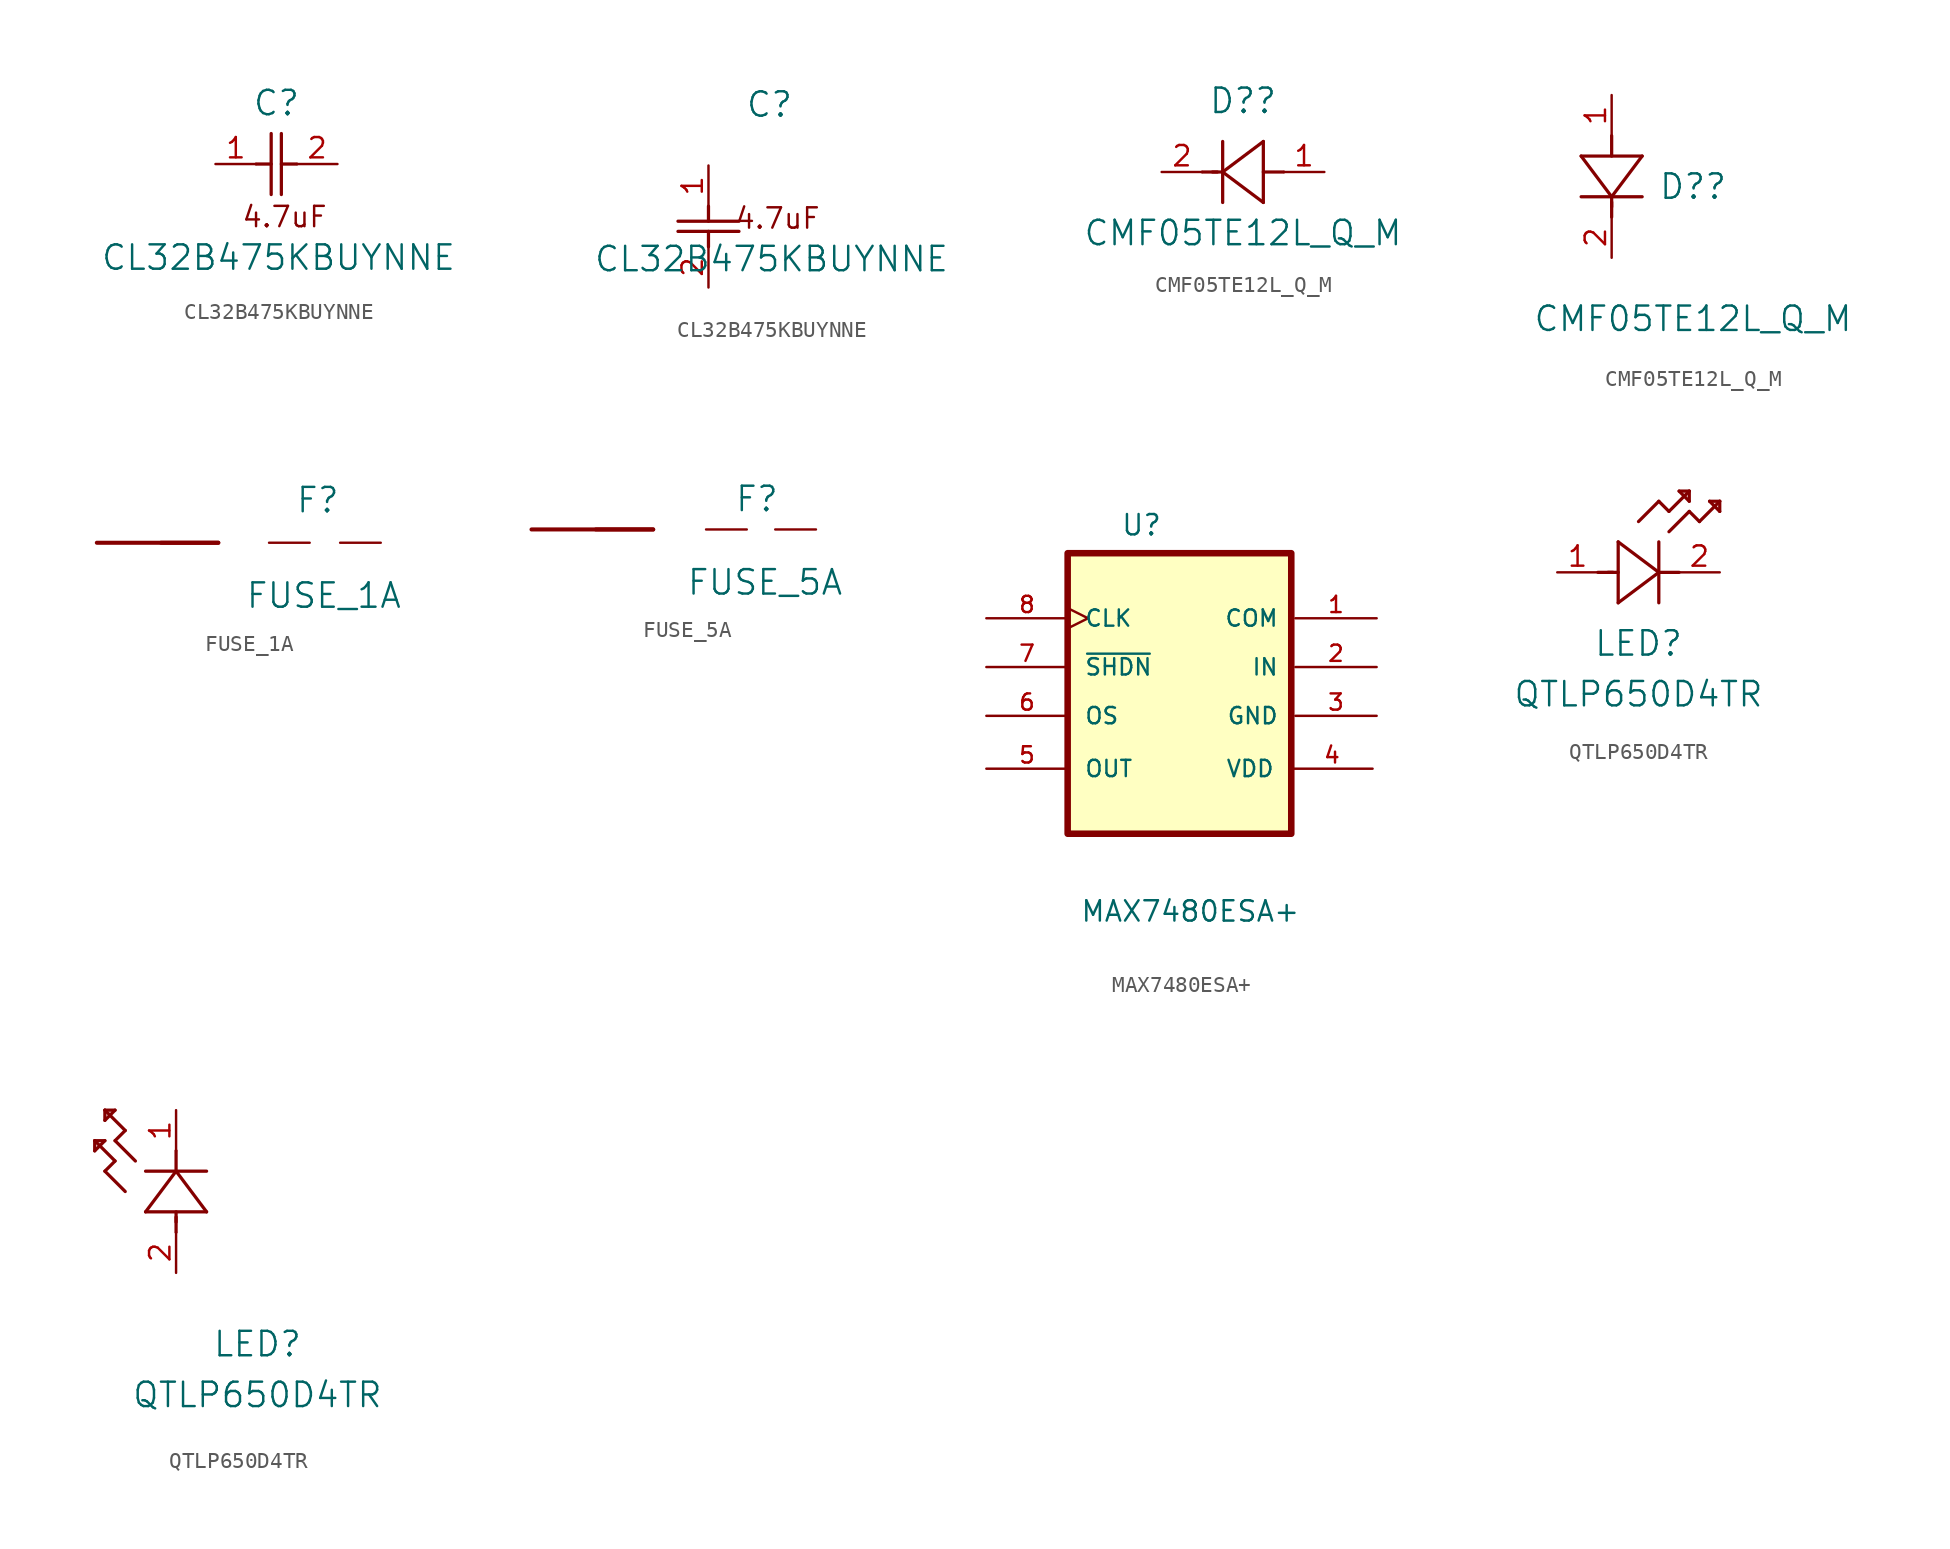
<source format=kicad_sym>
(kicad_symbol_lib
  (version 20211014)
  (generator kicad_symbol_editor)
  (symbol "CL32B475KBUYNNE"
    (pin_names
      (offset 0.254))
    (property "Reference" "C"
      (at 3.81 3.81 0)
      (effects (font (size 1.524 1.524))))
    (property "Value" "CL32B475KBUYNNE"
      (at 3.937 -5.842 0)
      (effects (font (size 1.524 1.524))))
    (symbol "CL32B475KBUYNNE_0_0"
      (text "4.7uF" (at 4.318 -3.302 0) (effects (font (size 1.27 1.27)))))
    (symbol "CL32B475KBUYNNE_1_1"
      (polyline (pts (xy 2.54 0) (xy 3.48 0)) (stroke (width 0.203) (type default) (color 0 0 0 0)) (fill (type none)))
      (polyline (pts (xy 3.48 -1.905) (xy 3.48 1.905)) (stroke (width 0.203) (type default) (color 0 0 0 0)) (fill (type none)))
      (polyline (pts (xy 4.115 -1.905) (xy 4.115 1.905)) (stroke (width 0.203) (type default) (color 0 0 0 0)) (fill (type none)))
      (polyline (pts (xy 4.115 0) (xy 5.08 0)) (stroke (width 0.203) (type default) (color 0 0 0 0)) (fill (type none)))
      (pin unspecified line (at 0 0 0) (length 2.54) (name "" (effects (font (size 1.27 1.27)))) (number "1" (effects (font (size 1.27 1.27)))))
      (pin unspecified line (at 7.62 0 180) (length 2.54) (name "" (effects (font (size 1.27 1.27)))) (number "2" (effects (font (size 1.27 1.27))))))
    (symbol "CL32B475KBUYNNE_1_2"
      (polyline (pts (xy -1.905 -4.115) (xy 1.905 -4.115)) (stroke (width 0.203) (type default) (color 0 0 0 0)) (fill (type none)))
      (polyline (pts (xy -1.905 -3.48) (xy 1.905 -3.48)) (stroke (width 0.203) (type default) (color 0 0 0 0)) (fill (type none)))
      (polyline (pts (xy 0 -4.115) (xy 0 -5.08)) (stroke (width 0.203) (type default) (color 0 0 0 0)) (fill (type none)))
      (polyline (pts (xy 0 -2.54) (xy 0 -3.48)) (stroke (width 0.203) (type default) (color 0 0 0 0)) (fill (type none)))
      (pin unspecified line (at 0 0 270) (length 2.54) (name "" (effects (font (size 1.27 1.27)))) (number "1" (effects (font (size 1.27 1.27)))))
      (pin unspecified line (at 0 -7.62 90) (length 2.54) (name "" (effects (font (size 1.27 1.27)))) (number "2" (effects (font (size 1.27 1.27)))))))
  (symbol "CMF05TE12L_Q_M"
    (pin_names
      (offset 0.254))
    (property "Reference" "D?"
      (at 5.08 4.445 0)
      (effects (font (size 1.524 1.524))))
    (property "Value" "CMF05TE12L_Q_M"
      (at 5.08 -3.81 0)
      (effects (font (size 1.524 1.524))))
    (symbol "CMF05TE12L_Q_M_1_1"
      (polyline (pts (xy 2.54 0) (xy 3.48 0)) (stroke (width 0.203) (type default) (color 0 0 0 0)) (fill (type none)))
      (polyline (pts (xy 3.175 0) (xy 3.81 0)) (stroke (width 0.203) (type default) (color 0 0 0 0)) (fill (type none)))
      (polyline (pts (xy 3.81 0) (xy 6.35 -1.905)) (stroke (width 0.203) (type default) (color 0 0 0 0)) (fill (type none)))
      (polyline (pts (xy 3.81 1.905) (xy 3.81 -1.905)) (stroke (width 0.203) (type default) (color 0 0 0 0)) (fill (type none)))
      (polyline (pts (xy 6.35 -1.905) (xy 6.35 1.905)) (stroke (width 0.203) (type default) (color 0 0 0 0)) (fill (type none)))
      (polyline (pts (xy 6.35 0) (xy 7.62 0)) (stroke (width 0.203) (type default) (color 0 0 0 0)) (fill (type none)))
      (polyline (pts (xy 6.35 1.905) (xy 3.81 0)) (stroke (width 0.203) (type default) (color 0 0 0 0)) (fill (type none)))
      (pin unspecified line (at 10.16 0 180) (length 2.54) (name "" (effects (font (size 1.27 1.27)))) (number "1" (effects (font (size 1.27 1.27)))))
      (pin unspecified line (at 0 0 0) (length 2.54) (name "" (effects (font (size 1.27 1.27)))) (number "2" (effects (font (size 1.27 1.27))))))
    (symbol "CMF05TE12L_Q_M_1_2"
      (polyline (pts (xy -1.905 3.81) (xy 1.905 3.81)) (stroke (width 0.203) (type default) (color 0 0 0 0)) (fill (type none)))
      (polyline (pts (xy -1.905 6.35) (xy 0 3.81)) (stroke (width 0.203) (type default) (color 0 0 0 0)) (fill (type none)))
      (polyline (pts (xy 0 2.54) (xy 0 3.48)) (stroke (width 0.203) (type default) (color 0 0 0 0)) (fill (type none)))
      (polyline (pts (xy 0 3.175) (xy 0 3.81)) (stroke (width 0.203) (type default) (color 0 0 0 0)) (fill (type none)))
      (polyline (pts (xy 0 6.35) (xy 0 7.62)) (stroke (width 0.203) (type default) (color 0 0 0 0)) (fill (type none)))
      (polyline (pts (xy 1.905 6.35) (xy -1.905 6.35)) (stroke (width 0.203) (type default) (color 0 0 0 0)) (fill (type none)))
      (polyline (pts (xy 1.905 6.35) (xy 0 3.81)) (stroke (width 0.203) (type default) (color 0 0 0 0)) (fill (type none)))
      (pin unspecified line (at 0 10.16 270) (length 2.54) (name "" (effects (font (size 1.27 1.27)))) (number "1" (effects (font (size 1.27 1.27)))))
      (pin unspecified line (at 0 0 90) (length 2.54) (name "" (effects (font (size 1.27 1.27)))) (number "2" (effects (font (size 1.27 1.27)))))))
  (symbol "FUSE_1A"
    (pin_numbers hide)
    (pin_names hide)
    (property "Reference" "F"
      (at 6.223 2.667 0)
      (effects (font (size 1.524 1.524))))
    (property "Value" "FUSE_1A"
      (at 6.604 -3.302 0)
      (effects (font (size 1.524 1.524))))
    (property "Datasheet" ""
      (at 0 0 0)
      (effects (font (size 1.524 1.524))))
    (symbol "FUSE_1A_1_1"
      (arc (start -7.5946 0) (mid -3.7973 -0.0003) (end 0 0) (stroke (width 0.254) (type default) (color 0 0 0 0)) (fill (type none)))
      (arc (start -3.5814 0) (mid -1.7907 -0.0001) (end 0 0) (stroke (width 0.254) (type default) (color 0 0 0 0)) (fill (type none)))
      (pin unspecified line (at 3.175 0 0) (length 2.54) (name "1" (effects (font (size 1.499 1.499)))) (number "1" (effects (font (size 1.499 1.499)))))
      (pin unspecified line (at 10.16 0 180) (length 2.54) (name "2" (effects (font (size 1.499 1.499)))) (number "2" (effects (font (size 1.499 1.499)))))))
  (symbol "FUSE_5A"
    (pin_numbers hide)
    (pin_names hide)
    (property "Reference" "F"
      (at 6.477 1.905 0)
      (effects (font (size 1.524 1.524))))
    (property "Value" "FUSE_5A"
      (at 6.985 -3.302 0)
      (effects (font (size 1.524 1.524))))
    (property "Datasheet" ""
      (at 0 0 0)
      (effects (font (size 1.524 1.524))))
    (symbol "FUSE_5A_1_1"
      (arc (start -7.5946 0) (mid -3.7973 -0.0003) (end 0 0) (stroke (width 0.254) (type default) (color 0 0 0 0)) (fill (type none)))
      (arc (start -3.5814 0) (mid -1.7907 -0.0001) (end 0 0) (stroke (width 0.254) (type default) (color 0 0 0 0)) (fill (type none)))
      (pin unspecified line (at 3.302 0 0) (length 2.54) (name "1" (effects (font (size 1.499 1.499)))) (number "1" (effects (font (size 1.499 1.499)))))
      (pin unspecified line (at 10.16 0 180) (length 2.54) (name "2" (effects (font (size 1.499 1.499)))) (number "2" (effects (font (size 1.499 1.499)))))))
  (symbol "MAX7480ESA+"
    (pin_names
      (offset 1.016))
    (property "Reference" "U"
      (at -9.398 16.256 0)
      (effects (font (size 1.27 1.27)) (justify left bottom)))
    (property "Value" "MAX7480ESA+"
      (at -11.938 -7.874 0)
      (effects (font (size 1.27 1.27)) (justify left bottom)))
    (symbol "MAX7480ESA+_0_0"
      (rectangle (start -12.7 15.24) (end 1.27 -2.286) (stroke (width 0.41) (type default) (color 0 0 0 0)) (fill (type background)))
      (pin input line (at 6.604 11.176 180) (length 5.08) (name "COM" (effects (font (size 1.016 1.016)))) (number "1" (effects (font (size 1.016 1.016)))))
      (pin input line (at 6.604 8.128 180) (length 5.08) (name "IN" (effects (font (size 1.016 1.016)))) (number "2" (effects (font (size 1.016 1.016)))))
      (pin unspecified line (at 6.604 5.08 180) (length 5.08) (name "GND" (effects (font (size 1.016 1.016)))) (number "3" (effects (font (size 1.016 1.016)))))
      (pin power_in line (at 6.35 1.778 180) (length 5.08) (name "VDD" (effects (font (size 1.016 1.016)))) (number "4" (effects (font (size 1.016 1.016)))))
      (pin output line (at -17.78 1.778 0) (length 5.08) (name "OUT" (effects (font (size 1.016 1.016)))) (number "5" (effects (font (size 1.016 1.016)))))
      (pin input line (at -17.78 5.08 0) (length 5.08) (name "OS" (effects (font (size 1.016 1.016)))) (number "6" (effects (font (size 1.016 1.016)))))
      (pin input line (at -17.78 8.128 0) (length 5.08) (name "~{SHDN}" (effects (font (size 1.016 1.016)))) (number "7" (effects (font (size 1.016 1.016)))))
      (pin input clock (at -17.78 11.176 0) (length 5.08) (name "CLK" (effects (font (size 1.016 1.016)))) (number "8" (effects (font (size 1.016 1.016)))))))
  (symbol "QTLP650D4TR"
    (pin_names
      (offset 0.254))
    (property "Reference" "LED"
      (at 5.08 -4.445 0)
      (effects (font (size 1.524 1.524))))
    (property "Value" "QTLP650D4TR"
      (at 5.08 -7.62 0)
      (effects (font (size 1.524 1.524))))
    (symbol "QTLP650D4TR_1_1"
      (polyline (pts (xy 2.54 0) (xy 3.48 0)) (stroke (width 0.203) (type default) (color 0 0 0 0)) (fill (type none)))
      (polyline (pts (xy 3.175 0) (xy 3.81 0)) (stroke (width 0.203) (type default) (color 0 0 0 0)) (fill (type none)))
      (polyline (pts (xy 3.81 -1.905) (xy 6.35 0)) (stroke (width 0.203) (type default) (color 0 0 0 0)) (fill (type none)))
      (polyline (pts (xy 3.81 1.905) (xy 3.81 -1.905)) (stroke (width 0.203) (type default) (color 0 0 0 0)) (fill (type none)))
      (polyline (pts (xy 5.08 3.175) (xy 6.35 4.445)) (stroke (width 0.203) (type default) (color 0 0 0 0)) (fill (type none)))
      (polyline (pts (xy 6.35 -1.905) (xy 6.35 1.905)) (stroke (width 0.203) (type default) (color 0 0 0 0)) (fill (type none)))
      (polyline (pts (xy 6.35 0) (xy 3.81 1.905)) (stroke (width 0.203) (type default) (color 0 0 0 0)) (fill (type none)))
      (polyline (pts (xy 6.35 0) (xy 7.62 0)) (stroke (width 0.203) (type default) (color 0 0 0 0)) (fill (type none)))
      (polyline (pts (xy 6.35 4.445) (xy 6.985 3.81)) (stroke (width 0.203) (type default) (color 0 0 0 0)) (fill (type none)))
      (polyline (pts (xy 6.985 2.54) (xy 8.255 3.81)) (stroke (width 0.203) (type default) (color 0 0 0 0)) (fill (type none)))
      (polyline (pts (xy 6.985 3.81) (xy 8.255 5.08)) (stroke (width 0.203) (type default) (color 0 0 0 0)) (fill (type none)))
      (polyline (pts (xy 7.62 5.08) (xy 8.255 4.445)) (stroke (width 0.203) (type default) (color 0 0 0 0)) (fill (type none)))
      (polyline (pts (xy 8.255 3.81) (xy 8.89 3.175)) (stroke (width 0.203) (type default) (color 0 0 0 0)) (fill (type none)))
      (polyline (pts (xy 8.255 4.445) (xy 8.255 5.08)) (stroke (width 0.203) (type default) (color 0 0 0 0)) (fill (type none)))
      (polyline (pts (xy 8.255 5.08) (xy 7.62 5.08)) (stroke (width 0.203) (type default) (color 0 0 0 0)) (fill (type none)))
      (polyline (pts (xy 8.89 3.175) (xy 10.16 4.445)) (stroke (width 0.203) (type default) (color 0 0 0 0)) (fill (type none)))
      (polyline (pts (xy 9.525 4.445) (xy 10.16 3.81)) (stroke (width 0.203) (type default) (color 0 0 0 0)) (fill (type none)))
      (polyline (pts (xy 10.16 3.81) (xy 10.16 4.445)) (stroke (width 0.203) (type default) (color 0 0 0 0)) (fill (type none)))
      (polyline (pts (xy 10.16 4.445) (xy 9.525 4.445)) (stroke (width 0.203) (type default) (color 0 0 0 0)) (fill (type none)))
      (pin unspecified line (at 0 0 0) (length 2.54) (name "" (effects (font (size 1.27 1.27)))) (number "1" (effects (font (size 1.27 1.27)))))
      (pin unspecified line (at 10.16 0 180) (length 2.54) (name "" (effects (font (size 1.27 1.27)))) (number "2" (effects (font (size 1.27 1.27))))))
    (symbol "QTLP650D4TR_1_2"
      (polyline (pts (xy -5.08 7.62) (xy -4.445 8.255)) (stroke (width 0.203) (type default) (color 0 0 0 0)) (fill (type none)))
      (polyline (pts (xy -5.08 8.255) (xy -5.08 7.62)) (stroke (width 0.203) (type default) (color 0 0 0 0)) (fill (type none)))
      (polyline (pts (xy -4.445 6.35) (xy -3.81 6.985)) (stroke (width 0.203) (type default) (color 0 0 0 0)) (fill (type none)))
      (polyline (pts (xy -4.445 8.255) (xy -5.08 8.255)) (stroke (width 0.203) (type default) (color 0 0 0 0)) (fill (type none)))
      (polyline (pts (xy -4.445 9.525) (xy -3.81 10.16)) (stroke (width 0.203) (type default) (color 0 0 0 0)) (fill (type none)))
      (polyline (pts (xy -4.445 10.16) (xy -4.445 9.525)) (stroke (width 0.203) (type default) (color 0 0 0 0)) (fill (type none)))
      (polyline (pts (xy -3.81 6.985) (xy -5.08 8.255)) (stroke (width 0.203) (type default) (color 0 0 0 0)) (fill (type none)))
      (polyline (pts (xy -3.81 8.255) (xy -3.175 8.89)) (stroke (width 0.203) (type default) (color 0 0 0 0)) (fill (type none)))
      (polyline (pts (xy -3.81 10.16) (xy -4.445 10.16)) (stroke (width 0.203) (type default) (color 0 0 0 0)) (fill (type none)))
      (polyline (pts (xy -3.175 5.08) (xy -4.445 6.35)) (stroke (width 0.203) (type default) (color 0 0 0 0)) (fill (type none)))
      (polyline (pts (xy -3.175 8.89) (xy -4.445 10.16)) (stroke (width 0.203) (type default) (color 0 0 0 0)) (fill (type none)))
      (polyline (pts (xy -2.54 6.985) (xy -3.81 8.255)) (stroke (width 0.203) (type default) (color 0 0 0 0)) (fill (type none)))
      (polyline (pts (xy -1.905 3.81) (xy 1.905 3.81)) (stroke (width 0.203) (type default) (color 0 0 0 0)) (fill (type none)))
      (polyline (pts (xy 0 2.54) (xy 0 3.48)) (stroke (width 0.203) (type default) (color 0 0 0 0)) (fill (type none)))
      (polyline (pts (xy 0 3.175) (xy 0 3.81)) (stroke (width 0.203) (type default) (color 0 0 0 0)) (fill (type none)))
      (polyline (pts (xy 0 6.35) (xy -1.905 3.81)) (stroke (width 0.203) (type default) (color 0 0 0 0)) (fill (type none)))
      (polyline (pts (xy 0 6.35) (xy 0 7.62)) (stroke (width 0.203) (type default) (color 0 0 0 0)) (fill (type none)))
      (polyline (pts (xy 1.905 3.81) (xy 0 6.35)) (stroke (width 0.203) (type default) (color 0 0 0 0)) (fill (type none)))
      (polyline (pts (xy 1.905 6.35) (xy -1.905 6.35)) (stroke (width 0.203) (type default) (color 0 0 0 0)) (fill (type none)))
      (pin unspecified line (at 0 10.16 270) (length 2.54) (name "" (effects (font (size 1.27 1.27)))) (number "1" (effects (font (size 1.27 1.27)))))
      (pin unspecified line (at 0 0 90) (length 2.54) (name "" (effects (font (size 1.27 1.27)))) (number "2" (effects (font (size 1.27 1.27))))))))
</source>
